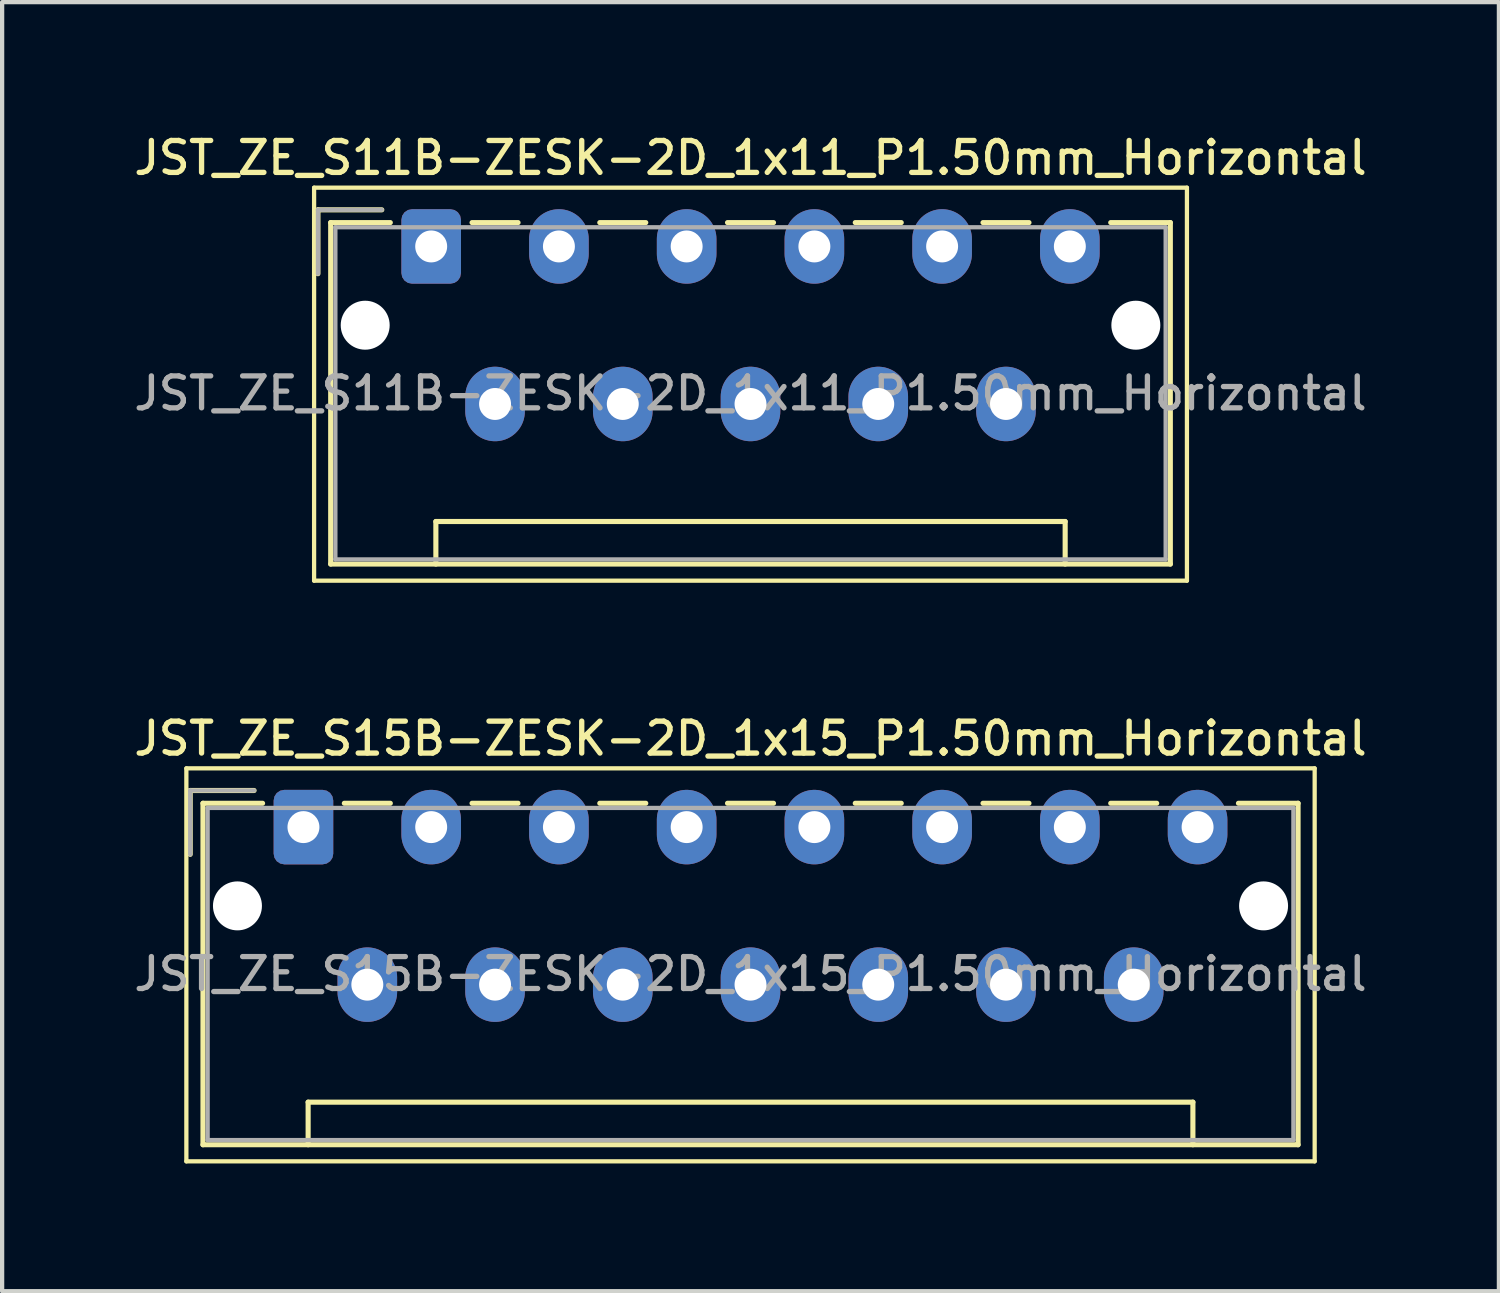
<source format=kicad_pcb>
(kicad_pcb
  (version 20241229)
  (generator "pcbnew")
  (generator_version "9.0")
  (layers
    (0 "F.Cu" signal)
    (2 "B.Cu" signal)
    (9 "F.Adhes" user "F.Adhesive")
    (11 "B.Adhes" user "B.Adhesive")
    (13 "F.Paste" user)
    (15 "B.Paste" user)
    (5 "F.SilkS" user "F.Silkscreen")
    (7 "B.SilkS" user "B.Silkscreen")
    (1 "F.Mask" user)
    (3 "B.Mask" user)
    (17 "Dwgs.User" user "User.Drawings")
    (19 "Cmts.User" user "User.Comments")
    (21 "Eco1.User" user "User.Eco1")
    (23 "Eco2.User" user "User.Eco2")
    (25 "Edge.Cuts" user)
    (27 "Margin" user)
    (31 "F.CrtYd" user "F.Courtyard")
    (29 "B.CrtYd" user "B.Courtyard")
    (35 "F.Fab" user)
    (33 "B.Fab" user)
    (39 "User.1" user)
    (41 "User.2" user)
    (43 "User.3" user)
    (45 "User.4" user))
  (footprint "JST_ZE_S15B-ZESK-2D_1x15_P1.50mm_Horizontal"
    (layer "F.Cu")
    (at 4.077 16.376)
    (property "Reference" "JST_ZE_S15B-ZESK-2D_1x15_P1.50mm_Horizontal" (at 10.5 -2.08 0) (layer "F.SilkS") (effects (font (size 0.75 0.75) (thickness 0.125))))
    (attr through_hole)
    (fp_line (start -2.75 -1.38) (end -2.75 7.85) (stroke (width 0.1) (type solid)) (layer "F.SilkS"))
    (fp_line (start -2.75 7.85) (end 23.75 7.85) (stroke (width 0.1) (type solid)) (layer "F.SilkS"))
    (fp_line (start -2.66 -0.86) (end -1.16 -0.86) (stroke (width 0.12) (type solid)) (layer "F.SilkS"))
    (fp_line (start -2.66 0.64) (end -2.66 -0.86) (stroke (width 0.12) (type solid)) (layer "F.SilkS"))
    (fp_line (start -2.36 -0.56) (end -2.36 7.46) (stroke (width 0.12) (type solid)) (layer "F.SilkS"))
    (fp_line (start -2.36 7.46) (end 23.36 7.46) (stroke (width 0.12) (type solid)) (layer "F.SilkS"))
    (fp_line (start -0.96 -0.56) (end -2.36 -0.56) (stroke (width 0.12) (type solid)) (layer "F.SilkS"))
    (fp_line (start 0.11 6.46) (end 20.89 6.46) (stroke (width 0.12) (type solid)) (layer "F.SilkS"))
    (fp_line (start 0.11 7.46) (end 0.11 6.46) (stroke (width 0.12) (type solid)) (layer "F.SilkS"))
    (fp_line (start 0.96 -0.56) (end 2.04 -0.56) (stroke (width 0.12) (type solid)) (layer "F.SilkS"))
    (fp_line (start 3.96 -0.56) (end 5.04 -0.56) (stroke (width 0.12) (type solid)) (layer "F.SilkS"))
    (fp_line (start 6.96 -0.56) (end 8.04 -0.56) (stroke (width 0.12) (type solid)) (layer "F.SilkS"))
    (fp_line (start 9.96 -0.56) (end 11.04 -0.56) (stroke (width 0.12) (type solid)) (layer "F.SilkS"))
    (fp_line (start 12.96 -0.56) (end 14.04 -0.56) (stroke (width 0.12) (type solid)) (layer "F.SilkS"))
    (fp_line (start 15.96 -0.56) (end 17.04 -0.56) (stroke (width 0.12) (type solid)) (layer "F.SilkS"))
    (fp_line (start 18.96 -0.56) (end 20.04 -0.56) (stroke (width 0.12) (type solid)) (layer "F.SilkS"))
    (fp_line (start 20.89 6.46) (end 20.89 7.46) (stroke (width 0.12) (type solid)) (layer "F.SilkS"))
    (fp_line (start 23.36 -0.56) (end 21.96 -0.56) (stroke (width 0.12) (type solid)) (layer "F.SilkS"))
    (fp_line (start 23.36 7.46) (end 23.36 -0.56) (stroke (width 0.12) (type solid)) (layer "F.SilkS"))
    (fp_line (start 23.75 -1.38) (end -2.75 -1.38) (stroke (width 0.1) (type solid)) (layer "F.SilkS"))
    (fp_line (start 23.75 7.85) (end 23.75 -1.38) (stroke (width 0.1) (type solid)) (layer "F.SilkS"))
    (fp_line (start -2.66 -0.86) (end -1.16 -0.86) (stroke (width 0.1) (type solid)) (layer "F.Fab"))
    (fp_line (start -2.66 0.64) (end -2.66 -0.86) (stroke (width 0.1) (type solid)) (layer "F.Fab"))
    (fp_line (start -2.25 -0.45) (end -2.25 7.35) (stroke (width 0.1) (type solid)) (layer "F.Fab"))
    (fp_line (start -2.25 7.35) (end 23.25 7.35) (stroke (width 0.1) (type solid)) (layer "F.Fab"))
    (fp_line (start 23.25 -0.45) (end -2.25 -0.45) (stroke (width 0.1) (type solid)) (layer "F.Fab"))
    (fp_line (start 23.25 7.35) (end 23.25 -0.45) (stroke (width 0.1) (type solid)) (layer "F.Fab"))
    (fp_text user "${REFERENCE}" (at 10.5 3.45 0) (layer "F.Fab") (effects (font (size 0.75 0.75) (thickness 0.125))))
    (pad "" np_thru_hole circle (at -1.55 1.85) (size 1.15 1.15) (drill 1.15) (layers "*.Cu" "*.Mask"))
    (pad "" np_thru_hole circle (at 22.55 1.85) (size 1.15 1.15) (drill 1.15) (layers "*.Cu" "*.Mask"))
    (pad "1" thru_hole roundrect (at 0 0) (size 1.4 1.75) (drill 0.75) (layers "*.Cu" "*.Mask") (roundrect_rratio 0.179))
    (pad "2" thru_hole oval (at 1.5 3.7) (size 1.4 1.75) (drill 0.75) (layers "*.Cu" "*.Mask"))
    (pad "3" thru_hole oval (at 3 0) (size 1.4 1.75) (drill 0.75) (layers "*.Cu" "*.Mask"))
    (pad "4" thru_hole oval (at 4.5 3.7) (size 1.4 1.75) (drill 0.75) (layers "*.Cu" "*.Mask"))
    (pad "5" thru_hole oval (at 6 0) (size 1.4 1.75) (drill 0.75) (layers "*.Cu" "*.Mask"))
    (pad "6" thru_hole oval (at 7.5 3.7) (size 1.4 1.75) (drill 0.75) (layers "*.Cu" "*.Mask"))
    (pad "7" thru_hole oval (at 9 0) (size 1.4 1.75) (drill 0.75) (layers "*.Cu" "*.Mask"))
    (pad "8" thru_hole oval (at 10.5 3.7) (size 1.4 1.75) (drill 0.75) (layers "*.Cu" "*.Mask"))
    (pad "9" thru_hole oval (at 12 0) (size 1.4 1.75) (drill 0.75) (layers "*.Cu" "*.Mask"))
    (pad "10" thru_hole oval (at 13.5 3.7) (size 1.4 1.75) (drill 0.75) (layers "*.Cu" "*.Mask"))
    (pad "11" thru_hole oval (at 15 0) (size 1.4 1.75) (drill 0.75) (layers "*.Cu" "*.Mask"))
    (pad "12" thru_hole oval (at 16.5 3.7) (size 1.4 1.75) (drill 0.75) (layers "*.Cu" "*.Mask"))
    (pad "13" thru_hole oval (at 18 0) (size 1.4 1.75) (drill 0.75) (layers "*.Cu" "*.Mask"))
    (pad "14" thru_hole oval (at 19.5 3.7) (size 1.4 1.75) (drill 0.75) (layers "*.Cu" "*.Mask"))
    (pad "15" thru_hole oval (at 21 0) (size 1.4 1.75) (drill 0.75) (layers "*.Cu" "*.Mask")))
  (footprint "JST_ZE_S11B-ZESK-2D_1x11_P1.50mm_Horizontal"
    (layer "F.Cu")
    (at 7.077 2.738)
    (property "Reference" "JST_ZE_S11B-ZESK-2D_1x11_P1.50mm_Horizontal" (at 7.5 -2.08 0) (layer "F.SilkS") (effects (font (size 0.75 0.75) (thickness 0.125))))
    (attr through_hole)
    (fp_line (start -2.75 -1.38) (end -2.75 7.85) (stroke (width 0.1) (type solid)) (layer "F.SilkS"))
    (fp_line (start -2.75 7.85) (end 17.75 7.85) (stroke (width 0.1) (type solid)) (layer "F.SilkS"))
    (fp_line (start -2.66 -0.86) (end -1.16 -0.86) (stroke (width 0.12) (type solid)) (layer "F.SilkS"))
    (fp_line (start -2.66 0.64) (end -2.66 -0.86) (stroke (width 0.12) (type solid)) (layer "F.SilkS"))
    (fp_line (start -2.36 -0.56) (end -2.36 7.46) (stroke (width 0.12) (type solid)) (layer "F.SilkS"))
    (fp_line (start -2.36 7.46) (end 17.36 7.46) (stroke (width 0.12) (type solid)) (layer "F.SilkS"))
    (fp_line (start -0.96 -0.56) (end -2.36 -0.56) (stroke (width 0.12) (type solid)) (layer "F.SilkS"))
    (fp_line (start 0.11 6.46) (end 14.89 6.46) (stroke (width 0.12) (type solid)) (layer "F.SilkS"))
    (fp_line (start 0.11 7.46) (end 0.11 6.46) (stroke (width 0.12) (type solid)) (layer "F.SilkS"))
    (fp_line (start 0.96 -0.56) (end 2.04 -0.56) (stroke (width 0.12) (type solid)) (layer "F.SilkS"))
    (fp_line (start 3.96 -0.56) (end 5.04 -0.56) (stroke (width 0.12) (type solid)) (layer "F.SilkS"))
    (fp_line (start 6.96 -0.56) (end 8.04 -0.56) (stroke (width 0.12) (type solid)) (layer "F.SilkS"))
    (fp_line (start 9.96 -0.56) (end 11.04 -0.56) (stroke (width 0.12) (type solid)) (layer "F.SilkS"))
    (fp_line (start 12.96 -0.56) (end 14.04 -0.56) (stroke (width 0.12) (type solid)) (layer "F.SilkS"))
    (fp_line (start 14.89 6.46) (end 14.89 7.46) (stroke (width 0.12) (type solid)) (layer "F.SilkS"))
    (fp_line (start 17.36 -0.56) (end 15.96 -0.56) (stroke (width 0.12) (type solid)) (layer "F.SilkS"))
    (fp_line (start 17.36 7.46) (end 17.36 -0.56) (stroke (width 0.12) (type solid)) (layer "F.SilkS"))
    (fp_line (start 17.75 -1.38) (end -2.75 -1.38) (stroke (width 0.1) (type solid)) (layer "F.SilkS"))
    (fp_line (start 17.75 7.85) (end 17.75 -1.38) (stroke (width 0.1) (type solid)) (layer "F.SilkS"))
    (fp_line (start -2.66 -0.86) (end -1.16 -0.86) (stroke (width 0.1) (type solid)) (layer "F.Fab"))
    (fp_line (start -2.66 0.64) (end -2.66 -0.86) (stroke (width 0.1) (type solid)) (layer "F.Fab"))
    (fp_line (start -2.25 -0.45) (end -2.25 7.35) (stroke (width 0.1) (type solid)) (layer "F.Fab"))
    (fp_line (start -2.25 7.35) (end 17.25 7.35) (stroke (width 0.1) (type solid)) (layer "F.Fab"))
    (fp_line (start 17.25 -0.45) (end -2.25 -0.45) (stroke (width 0.1) (type solid)) (layer "F.Fab"))
    (fp_line (start 17.25 7.35) (end 17.25 -0.45) (stroke (width 0.1) (type solid)) (layer "F.Fab"))
    (fp_text user "${REFERENCE}" (at 7.5 3.45 0) (layer "F.Fab") (effects (font (size 0.75 0.75) (thickness 0.125))))
    (pad "" np_thru_hole circle (at -1.55 1.85) (size 1.15 1.15) (drill 1.15) (layers "*.Cu" "*.Mask"))
    (pad "" np_thru_hole circle (at 16.55 1.85) (size 1.15 1.15) (drill 1.15) (layers "*.Cu" "*.Mask"))
    (pad "1" thru_hole roundrect (at 0 0) (size 1.4 1.75) (drill 0.75) (layers "*.Cu" "*.Mask") (roundrect_rratio 0.179))
    (pad "2" thru_hole oval (at 1.5 3.7) (size 1.4 1.75) (drill 0.75) (layers "*.Cu" "*.Mask"))
    (pad "3" thru_hole oval (at 3 0) (size 1.4 1.75) (drill 0.75) (layers "*.Cu" "*.Mask"))
    (pad "4" thru_hole oval (at 4.5 3.7) (size 1.4 1.75) (drill 0.75) (layers "*.Cu" "*.Mask"))
    (pad "5" thru_hole oval (at 6 0) (size 1.4 1.75) (drill 0.75) (layers "*.Cu" "*.Mask"))
    (pad "6" thru_hole oval (at 7.5 3.7) (size 1.4 1.75) (drill 0.75) (layers "*.Cu" "*.Mask"))
    (pad "7" thru_hole oval (at 9 0) (size 1.4 1.75) (drill 0.75) (layers "*.Cu" "*.Mask"))
    (pad "8" thru_hole oval (at 10.5 3.7) (size 1.4 1.75) (drill 0.75) (layers "*.Cu" "*.Mask"))
    (pad "9" thru_hole oval (at 12 0) (size 1.4 1.75) (drill 0.75) (layers "*.Cu" "*.Mask"))
    (pad "10" thru_hole oval (at 13.5 3.7) (size 1.4 1.75) (drill 0.75) (layers "*.Cu" "*.Mask"))
    (pad "11" thru_hole oval (at 15 0) (size 1.4 1.75) (drill 0.75) (layers "*.Cu" "*.Mask")))
  (gr_rect
    (start -3 -3)
    (end 32.154 27.276)
    (stroke (width 0.1) (type default))
    (fill no)
    (layer "Edge.Cuts")))
</source>
